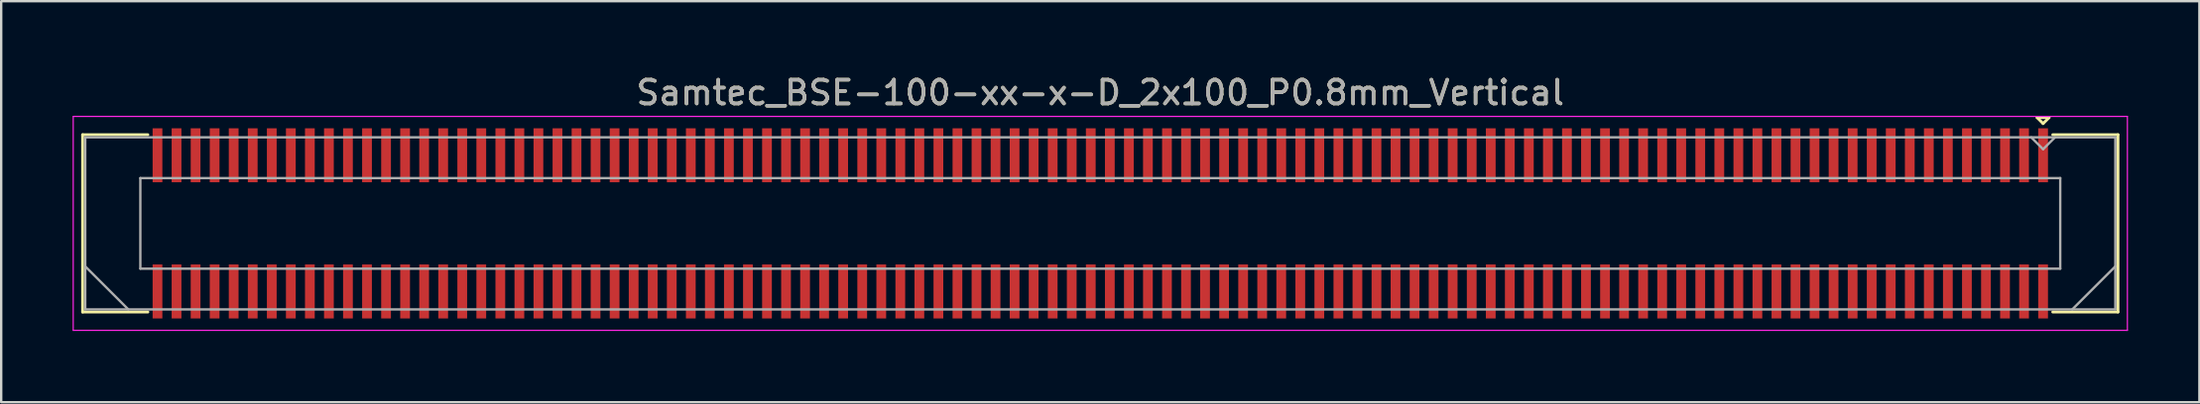
<source format=kicad_pcb>
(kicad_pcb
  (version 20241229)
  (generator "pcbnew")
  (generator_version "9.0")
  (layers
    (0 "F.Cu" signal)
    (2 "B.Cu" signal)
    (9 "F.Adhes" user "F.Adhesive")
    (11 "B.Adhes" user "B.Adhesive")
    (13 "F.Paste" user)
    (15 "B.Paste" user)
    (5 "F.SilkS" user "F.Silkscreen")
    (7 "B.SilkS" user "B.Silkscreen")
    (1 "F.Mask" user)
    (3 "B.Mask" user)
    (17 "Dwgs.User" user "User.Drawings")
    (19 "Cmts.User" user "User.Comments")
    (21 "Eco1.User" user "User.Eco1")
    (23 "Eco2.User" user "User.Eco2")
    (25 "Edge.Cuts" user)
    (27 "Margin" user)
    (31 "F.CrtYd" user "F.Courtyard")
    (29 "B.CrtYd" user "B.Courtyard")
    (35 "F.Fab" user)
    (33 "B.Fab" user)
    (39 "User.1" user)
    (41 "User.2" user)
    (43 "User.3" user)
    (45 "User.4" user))
  (footprint "Samtec_BSE-100-xx-x-D_2x100_P0.8mm_Vertical"
    (layer "F.Cu")
    (at 43.165 6.348)
    (property "Reference" "Samtec_BSE-100-xx-x-D_2x100_P0.8mm_Vertical" (at 0 -5.5 0) (layer "F.SilkS") (effects (font (size 1 1) (thickness 0.15))))
    (attr smd)
    (fp_line (start -42.745 -3.73) (end -40.005 -3.73) (stroke (width 0.12) (type solid)) (layer "F.SilkS"))
    (fp_line (start -42.745 3.73) (end -42.745 -3.73) (stroke (width 0.12) (type solid)) (layer "F.SilkS"))
    (fp_line (start -40.005 3.73) (end -42.745 3.73) (stroke (width 0.12) (type solid)) (layer "F.SilkS"))
    (fp_line (start 39.35 -4.45) (end 39.85 -4.45) (stroke (width 0.12) (type solid)) (layer "F.SilkS"))
    (fp_line (start 39.6 -4.2) (end 39.35 -4.45) (stroke (width 0.12) (type solid)) (layer "F.SilkS"))
    (fp_line (start 39.85 -4.45) (end 39.6 -4.2) (stroke (width 0.12) (type solid)) (layer "F.SilkS"))
    (fp_line (start 40.005 3.73) (end 42.745 3.73) (stroke (width 0.12) (type solid)) (layer "F.SilkS"))
    (fp_line (start 42.745 -3.73) (end 40.005 -3.73) (stroke (width 0.12) (type solid)) (layer "F.SilkS"))
    (fp_line (start 42.745 3.73) (end 42.745 -3.73) (stroke (width 0.12) (type solid)) (layer "F.SilkS"))
    (fp_line (start -43.14 -4.5) (end -43.14 4.5) (stroke (width 0.05) (type solid)) (layer "F.CrtYd"))
    (fp_line (start -43.14 4.5) (end 43.14 4.5) (stroke (width 0.05) (type solid)) (layer "F.CrtYd"))
    (fp_line (start 43.14 -4.5) (end -43.14 -4.5) (stroke (width 0.05) (type solid)) (layer "F.CrtYd"))
    (fp_line (start 43.14 4.5) (end 43.14 -4.5) (stroke (width 0.05) (type solid)) (layer "F.CrtYd"))
    (fp_line (start -42.635 -3.62) (end -42.635 3.62) (stroke (width 0.1) (type solid)) (layer "F.Fab"))
    (fp_line (start -42.635 1.81) (end -40.825 3.62) (stroke (width 0.1) (type solid)) (layer "F.Fab"))
    (fp_line (start -42.635 3.62) (end 42.635 3.62) (stroke (width 0.1) (type solid)) (layer "F.Fab"))
    (fp_line (start -40.32 -1.905) (end -40.32 1.905) (stroke (width 0.1) (type solid)) (layer "F.Fab"))
    (fp_line (start -40.32 1.905) (end 40.32 1.905) (stroke (width 0.1) (type solid)) (layer "F.Fab"))
    (fp_line (start 39.6 -3.12) (end 39.1 -3.62) (stroke (width 0.1) (type solid)) (layer "F.Fab"))
    (fp_line (start 40.1 -3.62) (end 39.6 -3.12) (stroke (width 0.1) (type solid)) (layer "F.Fab"))
    (fp_line (start 40.32 -1.905) (end -40.32 -1.905) (stroke (width 0.1) (type solid)) (layer "F.Fab"))
    (fp_line (start 40.32 1.905) (end 40.32 -1.905) (stroke (width 0.1) (type solid)) (layer "F.Fab"))
    (fp_line (start 42.635 -3.62) (end -42.635 -3.62) (stroke (width 0.1) (type solid)) (layer "F.Fab"))
    (fp_line (start 42.635 1.81) (end 40.825 3.62) (stroke (width 0.1) (type solid)) (layer "F.Fab"))
    (fp_line (start 42.635 3.62) (end 42.635 -3.62) (stroke (width 0.1) (type solid)) (layer "F.Fab"))
    (fp_text user "${REFERENCE}" (at 0 -5.5 0) (layer "F.Fab") (effects (font (size 1 1) (thickness 0.15))))
    (pad "1" smd rect (at 39.6 -2.865) (size 0.41 2.27) (layers "F.Cu" "F.Mask" "F.Paste"))
    (pad "2" smd rect (at 39.6 2.865) (size 0.41 2.27) (layers "F.Cu" "F.Mask" "F.Paste"))
    (pad "3" smd rect (at 38.8 -2.865) (size 0.41 2.27) (layers "F.Cu" "F.Mask" "F.Paste"))
    (pad "4" smd rect (at 38.8 2.865) (size 0.41 2.27) (layers "F.Cu" "F.Mask" "F.Paste"))
    (pad "5" smd rect (at 38 -2.865) (size 0.41 2.27) (layers "F.Cu" "F.Mask" "F.Paste"))
    (pad "6" smd rect (at 38 2.865) (size 0.41 2.27) (layers "F.Cu" "F.Mask" "F.Paste"))
    (pad "7" smd rect (at 37.2 -2.865) (size 0.41 2.27) (layers "F.Cu" "F.Mask" "F.Paste"))
    (pad "8" smd rect (at 37.2 2.865) (size 0.41 2.27) (layers "F.Cu" "F.Mask" "F.Paste"))
    (pad "9" smd rect (at 36.4 -2.865) (size 0.41 2.27) (layers "F.Cu" "F.Mask" "F.Paste"))
    (pad "10" smd rect (at 36.4 2.865) (size 0.41 2.27) (layers "F.Cu" "F.Mask" "F.Paste"))
    (pad "11" smd rect (at 35.6 -2.865) (size 0.41 2.27) (layers "F.Cu" "F.Mask" "F.Paste"))
    (pad "12" smd rect (at 35.6 2.865) (size 0.41 2.27) (layers "F.Cu" "F.Mask" "F.Paste"))
    (pad "13" smd rect (at 34.8 -2.865) (size 0.41 2.27) (layers "F.Cu" "F.Mask" "F.Paste"))
    (pad "14" smd rect (at 34.8 2.865) (size 0.41 2.27) (layers "F.Cu" "F.Mask" "F.Paste"))
    (pad "15" smd rect (at 34 -2.865) (size 0.41 2.27) (layers "F.Cu" "F.Mask" "F.Paste"))
    (pad "16" smd rect (at 34 2.865) (size 0.41 2.27) (layers "F.Cu" "F.Mask" "F.Paste"))
    (pad "17" smd rect (at 33.2 -2.865) (size 0.41 2.27) (layers "F.Cu" "F.Mask" "F.Paste"))
    (pad "18" smd rect (at 33.2 2.865) (size 0.41 2.27) (layers "F.Cu" "F.Mask" "F.Paste"))
    (pad "19" smd rect (at 32.4 -2.865) (size 0.41 2.27) (layers "F.Cu" "F.Mask" "F.Paste"))
    (pad "20" smd rect (at 32.4 2.865) (size 0.41 2.27) (layers "F.Cu" "F.Mask" "F.Paste"))
    (pad "21" smd rect (at 31.6 -2.865) (size 0.41 2.27) (layers "F.Cu" "F.Mask" "F.Paste"))
    (pad "22" smd rect (at 31.6 2.865) (size 0.41 2.27) (layers "F.Cu" "F.Mask" "F.Paste"))
    (pad "23" smd rect (at 30.8 -2.865) (size 0.41 2.27) (layers "F.Cu" "F.Mask" "F.Paste"))
    (pad "24" smd rect (at 30.8 2.865) (size 0.41 2.27) (layers "F.Cu" "F.Mask" "F.Paste"))
    (pad "25" smd rect (at 30 -2.865) (size 0.41 2.27) (layers "F.Cu" "F.Mask" "F.Paste"))
    (pad "26" smd rect (at 30 2.865) (size 0.41 2.27) (layers "F.Cu" "F.Mask" "F.Paste"))
    (pad "27" smd rect (at 29.2 -2.865) (size 0.41 2.27) (layers "F.Cu" "F.Mask" "F.Paste"))
    (pad "28" smd rect (at 29.2 2.865) (size 0.41 2.27) (layers "F.Cu" "F.Mask" "F.Paste"))
    (pad "29" smd rect (at 28.4 -2.865) (size 0.41 2.27) (layers "F.Cu" "F.Mask" "F.Paste"))
    (pad "30" smd rect (at 28.4 2.865) (size 0.41 2.27) (layers "F.Cu" "F.Mask" "F.Paste"))
    (pad "31" smd rect (at 27.6 -2.865) (size 0.41 2.27) (layers "F.Cu" "F.Mask" "F.Paste"))
    (pad "32" smd rect (at 27.6 2.865) (size 0.41 2.27) (layers "F.Cu" "F.Mask" "F.Paste"))
    (pad "33" smd rect (at 26.8 -2.865) (size 0.41 2.27) (layers "F.Cu" "F.Mask" "F.Paste"))
    (pad "34" smd rect (at 26.8 2.865) (size 0.41 2.27) (layers "F.Cu" "F.Mask" "F.Paste"))
    (pad "35" smd rect (at 26 -2.865) (size 0.41 2.27) (layers "F.Cu" "F.Mask" "F.Paste"))
    (pad "36" smd rect (at 26 2.865) (size 0.41 2.27) (layers "F.Cu" "F.Mask" "F.Paste"))
    (pad "37" smd rect (at 25.2 -2.865) (size 0.41 2.27) (layers "F.Cu" "F.Mask" "F.Paste"))
    (pad "38" smd rect (at 25.2 2.865) (size 0.41 2.27) (layers "F.Cu" "F.Mask" "F.Paste"))
    (pad "39" smd rect (at 24.4 -2.865) (size 0.41 2.27) (layers "F.Cu" "F.Mask" "F.Paste"))
    (pad "40" smd rect (at 24.4 2.865) (size 0.41 2.27) (layers "F.Cu" "F.Mask" "F.Paste"))
    (pad "41" smd rect (at 23.6 -2.865) (size 0.41 2.27) (layers "F.Cu" "F.Mask" "F.Paste"))
    (pad "42" smd rect (at 23.6 2.865) (size 0.41 2.27) (layers "F.Cu" "F.Mask" "F.Paste"))
    (pad "43" smd rect (at 22.8 -2.865) (size 0.41 2.27) (layers "F.Cu" "F.Mask" "F.Paste"))
    (pad "44" smd rect (at 22.8 2.865) (size 0.41 2.27) (layers "F.Cu" "F.Mask" "F.Paste"))
    (pad "45" smd rect (at 22 -2.865) (size 0.41 2.27) (layers "F.Cu" "F.Mask" "F.Paste"))
    (pad "46" smd rect (at 22 2.865) (size 0.41 2.27) (layers "F.Cu" "F.Mask" "F.Paste"))
    (pad "47" smd rect (at 21.2 -2.865) (size 0.41 2.27) (layers "F.Cu" "F.Mask" "F.Paste"))
    (pad "48" smd rect (at 21.2 2.865) (size 0.41 2.27) (layers "F.Cu" "F.Mask" "F.Paste"))
    (pad "49" smd rect (at 20.4 -2.865) (size 0.41 2.27) (layers "F.Cu" "F.Mask" "F.Paste"))
    (pad "50" smd rect (at 20.4 2.865) (size 0.41 2.27) (layers "F.Cu" "F.Mask" "F.Paste"))
    (pad "51" smd rect (at 19.6 -2.865) (size 0.41 2.27) (layers "F.Cu" "F.Mask" "F.Paste"))
    (pad "52" smd rect (at 19.6 2.865) (size 0.41 2.27) (layers "F.Cu" "F.Mask" "F.Paste"))
    (pad "53" smd rect (at 18.8 -2.865) (size 0.41 2.27) (layers "F.Cu" "F.Mask" "F.Paste"))
    (pad "54" smd rect (at 18.8 2.865) (size 0.41 2.27) (layers "F.Cu" "F.Mask" "F.Paste"))
    (pad "55" smd rect (at 18 -2.865) (size 0.41 2.27) (layers "F.Cu" "F.Mask" "F.Paste"))
    (pad "56" smd rect (at 18 2.865) (size 0.41 2.27) (layers "F.Cu" "F.Mask" "F.Paste"))
    (pad "57" smd rect (at 17.2 -2.865) (size 0.41 2.27) (layers "F.Cu" "F.Mask" "F.Paste"))
    (pad "58" smd rect (at 17.2 2.865) (size 0.41 2.27) (layers "F.Cu" "F.Mask" "F.Paste"))
    (pad "59" smd rect (at 16.4 -2.865) (size 0.41 2.27) (layers "F.Cu" "F.Mask" "F.Paste"))
    (pad "60" smd rect (at 16.4 2.865) (size 0.41 2.27) (layers "F.Cu" "F.Mask" "F.Paste"))
    (pad "61" smd rect (at 15.6 -2.865) (size 0.41 2.27) (layers "F.Cu" "F.Mask" "F.Paste"))
    (pad "62" smd rect (at 15.6 2.865) (size 0.41 2.27) (layers "F.Cu" "F.Mask" "F.Paste"))
    (pad "63" smd rect (at 14.8 -2.865) (size 0.41 2.27) (layers "F.Cu" "F.Mask" "F.Paste"))
    (pad "64" smd rect (at 14.8 2.865) (size 0.41 2.27) (layers "F.Cu" "F.Mask" "F.Paste"))
    (pad "65" smd rect (at 14 -2.865) (size 0.41 2.27) (layers "F.Cu" "F.Mask" "F.Paste"))
    (pad "66" smd rect (at 14 2.865) (size 0.41 2.27) (layers "F.Cu" "F.Mask" "F.Paste"))
    (pad "67" smd rect (at 13.2 -2.865) (size 0.41 2.27) (layers "F.Cu" "F.Mask" "F.Paste"))
    (pad "68" smd rect (at 13.2 2.865) (size 0.41 2.27) (layers "F.Cu" "F.Mask" "F.Paste"))
    (pad "69" smd rect (at 12.4 -2.865) (size 0.41 2.27) (layers "F.Cu" "F.Mask" "F.Paste"))
    (pad "70" smd rect (at 12.4 2.865) (size 0.41 2.27) (layers "F.Cu" "F.Mask" "F.Paste"))
    (pad "71" smd rect (at 11.6 -2.865) (size 0.41 2.27) (layers "F.Cu" "F.Mask" "F.Paste"))
    (pad "72" smd rect (at 11.6 2.865) (size 0.41 2.27) (layers "F.Cu" "F.Mask" "F.Paste"))
    (pad "73" smd rect (at 10.8 -2.865) (size 0.41 2.27) (layers "F.Cu" "F.Mask" "F.Paste"))
    (pad "74" smd rect (at 10.8 2.865) (size 0.41 2.27) (layers "F.Cu" "F.Mask" "F.Paste"))
    (pad "75" smd rect (at 10 -2.865) (size 0.41 2.27) (layers "F.Cu" "F.Mask" "F.Paste"))
    (pad "76" smd rect (at 10 2.865) (size 0.41 2.27) (layers "F.Cu" "F.Mask" "F.Paste"))
    (pad "77" smd rect (at 9.2 -2.865) (size 0.41 2.27) (layers "F.Cu" "F.Mask" "F.Paste"))
    (pad "78" smd rect (at 9.2 2.865) (size 0.41 2.27) (layers "F.Cu" "F.Mask" "F.Paste"))
    (pad "79" smd rect (at 8.4 -2.865) (size 0.41 2.27) (layers "F.Cu" "F.Mask" "F.Paste"))
    (pad "80" smd rect (at 8.4 2.865) (size 0.41 2.27) (layers "F.Cu" "F.Mask" "F.Paste"))
    (pad "81" smd rect (at 7.6 -2.865) (size 0.41 2.27) (layers "F.Cu" "F.Mask" "F.Paste"))
    (pad "82" smd rect (at 7.6 2.865) (size 0.41 2.27) (layers "F.Cu" "F.Mask" "F.Paste"))
    (pad "83" smd rect (at 6.8 -2.865) (size 0.41 2.27) (layers "F.Cu" "F.Mask" "F.Paste"))
    (pad "84" smd rect (at 6.8 2.865) (size 0.41 2.27) (layers "F.Cu" "F.Mask" "F.Paste"))
    (pad "85" smd rect (at 6 -2.865) (size 0.41 2.27) (layers "F.Cu" "F.Mask" "F.Paste"))
    (pad "86" smd rect (at 6 2.865) (size 0.41 2.27) (layers "F.Cu" "F.Mask" "F.Paste"))
    (pad "87" smd rect (at 5.2 -2.865) (size 0.41 2.27) (layers "F.Cu" "F.Mask" "F.Paste"))
    (pad "88" smd rect (at 5.2 2.865) (size 0.41 2.27) (layers "F.Cu" "F.Mask" "F.Paste"))
    (pad "89" smd rect (at 4.4 -2.865) (size 0.41 2.27) (layers "F.Cu" "F.Mask" "F.Paste"))
    (pad "90" smd rect (at 4.4 2.865) (size 0.41 2.27) (layers "F.Cu" "F.Mask" "F.Paste"))
    (pad "91" smd rect (at 3.6 -2.865) (size 0.41 2.27) (layers "F.Cu" "F.Mask" "F.Paste"))
    (pad "92" smd rect (at 3.6 2.865) (size 0.41 2.27) (layers "F.Cu" "F.Mask" "F.Paste"))
    (pad "93" smd rect (at 2.8 -2.865) (size 0.41 2.27) (layers "F.Cu" "F.Mask" "F.Paste"))
    (pad "94" smd rect (at 2.8 2.865) (size 0.41 2.27) (layers "F.Cu" "F.Mask" "F.Paste"))
    (pad "95" smd rect (at 2 -2.865) (size 0.41 2.27) (layers "F.Cu" "F.Mask" "F.Paste"))
    (pad "96" smd rect (at 2 2.865) (size 0.41 2.27) (layers "F.Cu" "F.Mask" "F.Paste"))
    (pad "97" smd rect (at 1.2 -2.865) (size 0.41 2.27) (layers "F.Cu" "F.Mask" "F.Paste"))
    (pad "98" smd rect (at 1.2 2.865) (size 0.41 2.27) (layers "F.Cu" "F.Mask" "F.Paste"))
    (pad "99" smd rect (at 0.4 -2.865) (size 0.41 2.27) (layers "F.Cu" "F.Mask" "F.Paste"))
    (pad "100" smd rect (at 0.4 2.865) (size 0.41 2.27) (layers "F.Cu" "F.Mask" "F.Paste"))
    (pad "101" smd rect (at -0.4 -2.865) (size 0.41 2.27) (layers "F.Cu" "F.Mask" "F.Paste"))
    (pad "102" smd rect (at -0.4 2.865) (size 0.41 2.27) (layers "F.Cu" "F.Mask" "F.Paste"))
    (pad "103" smd rect (at -1.2 -2.865) (size 0.41 2.27) (layers "F.Cu" "F.Mask" "F.Paste"))
    (pad "104" smd rect (at -1.2 2.865) (size 0.41 2.27) (layers "F.Cu" "F.Mask" "F.Paste"))
    (pad "105" smd rect (at -2 -2.865) (size 0.41 2.27) (layers "F.Cu" "F.Mask" "F.Paste"))
    (pad "106" smd rect (at -2 2.865) (size 0.41 2.27) (layers "F.Cu" "F.Mask" "F.Paste"))
    (pad "107" smd rect (at -2.8 -2.865) (size 0.41 2.27) (layers "F.Cu" "F.Mask" "F.Paste"))
    (pad "108" smd rect (at -2.8 2.865) (size 0.41 2.27) (layers "F.Cu" "F.Mask" "F.Paste"))
    (pad "109" smd rect (at -3.6 -2.865) (size 0.41 2.27) (layers "F.Cu" "F.Mask" "F.Paste"))
    (pad "110" smd rect (at -3.6 2.865) (size 0.41 2.27) (layers "F.Cu" "F.Mask" "F.Paste"))
    (pad "111" smd rect (at -4.4 -2.865) (size 0.41 2.27) (layers "F.Cu" "F.Mask" "F.Paste"))
    (pad "112" smd rect (at -4.4 2.865) (size 0.41 2.27) (layers "F.Cu" "F.Mask" "F.Paste"))
    (pad "113" smd rect (at -5.2 -2.865) (size 0.41 2.27) (layers "F.Cu" "F.Mask" "F.Paste"))
    (pad "114" smd rect (at -5.2 2.865) (size 0.41 2.27) (layers "F.Cu" "F.Mask" "F.Paste"))
    (pad "115" smd rect (at -6 -2.865) (size 0.41 2.27) (layers "F.Cu" "F.Mask" "F.Paste"))
    (pad "116" smd rect (at -6 2.865) (size 0.41 2.27) (layers "F.Cu" "F.Mask" "F.Paste"))
    (pad "117" smd rect (at -6.8 -2.865) (size 0.41 2.27) (layers "F.Cu" "F.Mask" "F.Paste"))
    (pad "118" smd rect (at -6.8 2.865) (size 0.41 2.27) (layers "F.Cu" "F.Mask" "F.Paste"))
    (pad "119" smd rect (at -7.6 -2.865) (size 0.41 2.27) (layers "F.Cu" "F.Mask" "F.Paste"))
    (pad "120" smd rect (at -7.6 2.865) (size 0.41 2.27) (layers "F.Cu" "F.Mask" "F.Paste"))
    (pad "121" smd rect (at -8.4 -2.865) (size 0.41 2.27) (layers "F.Cu" "F.Mask" "F.Paste"))
    (pad "122" smd rect (at -8.4 2.865) (size 0.41 2.27) (layers "F.Cu" "F.Mask" "F.Paste"))
    (pad "123" smd rect (at -9.2 -2.865) (size 0.41 2.27) (layers "F.Cu" "F.Mask" "F.Paste"))
    (pad "124" smd rect (at -9.2 2.865) (size 0.41 2.27) (layers "F.Cu" "F.Mask" "F.Paste"))
    (pad "125" smd rect (at -10 -2.865) (size 0.41 2.27) (layers "F.Cu" "F.Mask" "F.Paste"))
    (pad "126" smd rect (at -10 2.865) (size 0.41 2.27) (layers "F.Cu" "F.Mask" "F.Paste"))
    (pad "127" smd rect (at -10.8 -2.865) (size 0.41 2.27) (layers "F.Cu" "F.Mask" "F.Paste"))
    (pad "128" smd rect (at -10.8 2.865) (size 0.41 2.27) (layers "F.Cu" "F.Mask" "F.Paste"))
    (pad "129" smd rect (at -11.6 -2.865) (size 0.41 2.27) (layers "F.Cu" "F.Mask" "F.Paste"))
    (pad "130" smd rect (at -11.6 2.865) (size 0.41 2.27) (layers "F.Cu" "F.Mask" "F.Paste"))
    (pad "131" smd rect (at -12.4 -2.865) (size 0.41 2.27) (layers "F.Cu" "F.Mask" "F.Paste"))
    (pad "132" smd rect (at -12.4 2.865) (size 0.41 2.27) (layers "F.Cu" "F.Mask" "F.Paste"))
    (pad "133" smd rect (at -13.2 -2.865) (size 0.41 2.27) (layers "F.Cu" "F.Mask" "F.Paste"))
    (pad "134" smd rect (at -13.2 2.865) (size 0.41 2.27) (layers "F.Cu" "F.Mask" "F.Paste"))
    (pad "135" smd rect (at -14 -2.865) (size 0.41 2.27) (layers "F.Cu" "F.Mask" "F.Paste"))
    (pad "136" smd rect (at -14 2.865) (size 0.41 2.27) (layers "F.Cu" "F.Mask" "F.Paste"))
    (pad "137" smd rect (at -14.8 -2.865) (size 0.41 2.27) (layers "F.Cu" "F.Mask" "F.Paste"))
    (pad "138" smd rect (at -14.8 2.865) (size 0.41 2.27) (layers "F.Cu" "F.Mask" "F.Paste"))
    (pad "139" smd rect (at -15.6 -2.865) (size 0.41 2.27) (layers "F.Cu" "F.Mask" "F.Paste"))
    (pad "140" smd rect (at -15.6 2.865) (size 0.41 2.27) (layers "F.Cu" "F.Mask" "F.Paste"))
    (pad "141" smd rect (at -16.4 -2.865) (size 0.41 2.27) (layers "F.Cu" "F.Mask" "F.Paste"))
    (pad "142" smd rect (at -16.4 2.865) (size 0.41 2.27) (layers "F.Cu" "F.Mask" "F.Paste"))
    (pad "143" smd rect (at -17.2 -2.865) (size 0.41 2.27) (layers "F.Cu" "F.Mask" "F.Paste"))
    (pad "144" smd rect (at -17.2 2.865) (size 0.41 2.27) (layers "F.Cu" "F.Mask" "F.Paste"))
    (pad "145" smd rect (at -18 -2.865) (size 0.41 2.27) (layers "F.Cu" "F.Mask" "F.Paste"))
    (pad "146" smd rect (at -18 2.865) (size 0.41 2.27) (layers "F.Cu" "F.Mask" "F.Paste"))
    (pad "147" smd rect (at -18.8 -2.865) (size 0.41 2.27) (layers "F.Cu" "F.Mask" "F.Paste"))
    (pad "148" smd rect (at -18.8 2.865) (size 0.41 2.27) (layers "F.Cu" "F.Mask" "F.Paste"))
    (pad "149" smd rect (at -19.6 -2.865) (size 0.41 2.27) (layers "F.Cu" "F.Mask" "F.Paste"))
    (pad "150" smd rect (at -19.6 2.865) (size 0.41 2.27) (layers "F.Cu" "F.Mask" "F.Paste"))
    (pad "151" smd rect (at -20.4 -2.865) (size 0.41 2.27) (layers "F.Cu" "F.Mask" "F.Paste"))
    (pad "152" smd rect (at -20.4 2.865) (size 0.41 2.27) (layers "F.Cu" "F.Mask" "F.Paste"))
    (pad "153" smd rect (at -21.2 -2.865) (size 0.41 2.27) (layers "F.Cu" "F.Mask" "F.Paste"))
    (pad "154" smd rect (at -21.2 2.865) (size 0.41 2.27) (layers "F.Cu" "F.Mask" "F.Paste"))
    (pad "155" smd rect (at -22 -2.865) (size 0.41 2.27) (layers "F.Cu" "F.Mask" "F.Paste"))
    (pad "156" smd rect (at -22 2.865) (size 0.41 2.27) (layers "F.Cu" "F.Mask" "F.Paste"))
    (pad "157" smd rect (at -22.8 -2.865) (size 0.41 2.27) (layers "F.Cu" "F.Mask" "F.Paste"))
    (pad "158" smd rect (at -22.8 2.865) (size 0.41 2.27) (layers "F.Cu" "F.Mask" "F.Paste"))
    (pad "159" smd rect (at -23.6 -2.865) (size 0.41 2.27) (layers "F.Cu" "F.Mask" "F.Paste"))
    (pad "160" smd rect (at -23.6 2.865) (size 0.41 2.27) (layers "F.Cu" "F.Mask" "F.Paste"))
    (pad "161" smd rect (at -24.4 -2.865) (size 0.41 2.27) (layers "F.Cu" "F.Mask" "F.Paste"))
    (pad "162" smd rect (at -24.4 2.865) (size 0.41 2.27) (layers "F.Cu" "F.Mask" "F.Paste"))
    (pad "163" smd rect (at -25.2 -2.865) (size 0.41 2.27) (layers "F.Cu" "F.Mask" "F.Paste"))
    (pad "164" smd rect (at -25.2 2.865) (size 0.41 2.27) (layers "F.Cu" "F.Mask" "F.Paste"))
    (pad "165" smd rect (at -26 -2.865) (size 0.41 2.27) (layers "F.Cu" "F.Mask" "F.Paste"))
    (pad "166" smd rect (at -26 2.865) (size 0.41 2.27) (layers "F.Cu" "F.Mask" "F.Paste"))
    (pad "167" smd rect (at -26.8 -2.865) (size 0.41 2.27) (layers "F.Cu" "F.Mask" "F.Paste"))
    (pad "168" smd rect (at -26.8 2.865) (size 0.41 2.27) (layers "F.Cu" "F.Mask" "F.Paste"))
    (pad "169" smd rect (at -27.6 -2.865) (size 0.41 2.27) (layers "F.Cu" "F.Mask" "F.Paste"))
    (pad "170" smd rect (at -27.6 2.865) (size 0.41 2.27) (layers "F.Cu" "F.Mask" "F.Paste"))
    (pad "171" smd rect (at -28.4 -2.865) (size 0.41 2.27) (layers "F.Cu" "F.Mask" "F.Paste"))
    (pad "172" smd rect (at -28.4 2.865) (size 0.41 2.27) (layers "F.Cu" "F.Mask" "F.Paste"))
    (pad "173" smd rect (at -29.2 -2.865) (size 0.41 2.27) (layers "F.Cu" "F.Mask" "F.Paste"))
    (pad "174" smd rect (at -29.2 2.865) (size 0.41 2.27) (layers "F.Cu" "F.Mask" "F.Paste"))
    (pad "175" smd rect (at -30 -2.865) (size 0.41 2.27) (layers "F.Cu" "F.Mask" "F.Paste"))
    (pad "176" smd rect (at -30 2.865) (size 0.41 2.27) (layers "F.Cu" "F.Mask" "F.Paste"))
    (pad "177" smd rect (at -30.8 -2.865) (size 0.41 2.27) (layers "F.Cu" "F.Mask" "F.Paste"))
    (pad "178" smd rect (at -30.8 2.865) (size 0.41 2.27) (layers "F.Cu" "F.Mask" "F.Paste"))
    (pad "179" smd rect (at -31.6 -2.865) (size 0.41 2.27) (layers "F.Cu" "F.Mask" "F.Paste"))
    (pad "180" smd rect (at -31.6 2.865) (size 0.41 2.27) (layers "F.Cu" "F.Mask" "F.Paste"))
    (pad "181" smd rect (at -32.4 -2.865) (size 0.41 2.27) (layers "F.Cu" "F.Mask" "F.Paste"))
    (pad "182" smd rect (at -32.4 2.865) (size 0.41 2.27) (layers "F.Cu" "F.Mask" "F.Paste"))
    (pad "183" smd rect (at -33.2 -2.865) (size 0.41 2.27) (layers "F.Cu" "F.Mask" "F.Paste"))
    (pad "184" smd rect (at -33.2 2.865) (size 0.41 2.27) (layers "F.Cu" "F.Mask" "F.Paste"))
    (pad "185" smd rect (at -34 -2.865) (size 0.41 2.27) (layers "F.Cu" "F.Mask" "F.Paste"))
    (pad "186" smd rect (at -34 2.865) (size 0.41 2.27) (layers "F.Cu" "F.Mask" "F.Paste"))
    (pad "187" smd rect (at -34.8 -2.865) (size 0.41 2.27) (layers "F.Cu" "F.Mask" "F.Paste"))
    (pad "188" smd rect (at -34.8 2.865) (size 0.41 2.27) (layers "F.Cu" "F.Mask" "F.Paste"))
    (pad "189" smd rect (at -35.6 -2.865) (size 0.41 2.27) (layers "F.Cu" "F.Mask" "F.Paste"))
    (pad "190" smd rect (at -35.6 2.865) (size 0.41 2.27) (layers "F.Cu" "F.Mask" "F.Paste"))
    (pad "191" smd rect (at -36.4 -2.865) (size 0.41 2.27) (layers "F.Cu" "F.Mask" "F.Paste"))
    (pad "192" smd rect (at -36.4 2.865) (size 0.41 2.27) (layers "F.Cu" "F.Mask" "F.Paste"))
    (pad "193" smd rect (at -37.2 -2.865) (size 0.41 2.27) (layers "F.Cu" "F.Mask" "F.Paste"))
    (pad "194" smd rect (at -37.2 2.865) (size 0.41 2.27) (layers "F.Cu" "F.Mask" "F.Paste"))
    (pad "195" smd rect (at -38 -2.865) (size 0.41 2.27) (layers "F.Cu" "F.Mask" "F.Paste"))
    (pad "196" smd rect (at -38 2.865) (size 0.41 2.27) (layers "F.Cu" "F.Mask" "F.Paste"))
    (pad "197" smd rect (at -38.8 -2.865) (size 0.41 2.27) (layers "F.Cu" "F.Mask" "F.Paste"))
    (pad "198" smd rect (at -38.8 2.865) (size 0.41 2.27) (layers "F.Cu" "F.Mask" "F.Paste"))
    (pad "199" smd rect (at -39.6 -2.865) (size 0.41 2.27) (layers "F.Cu" "F.Mask" "F.Paste"))
    (pad "200" smd rect (at -39.6 2.865) (size 0.41 2.27) (layers "F.Cu" "F.Mask" "F.Paste")))
  (gr_rect
    (start -3 -3)
    (end 89.33 13.873)
    (stroke (width 0.1) (type default))
    (fill no)
    (layer "Edge.Cuts")))
</source>
